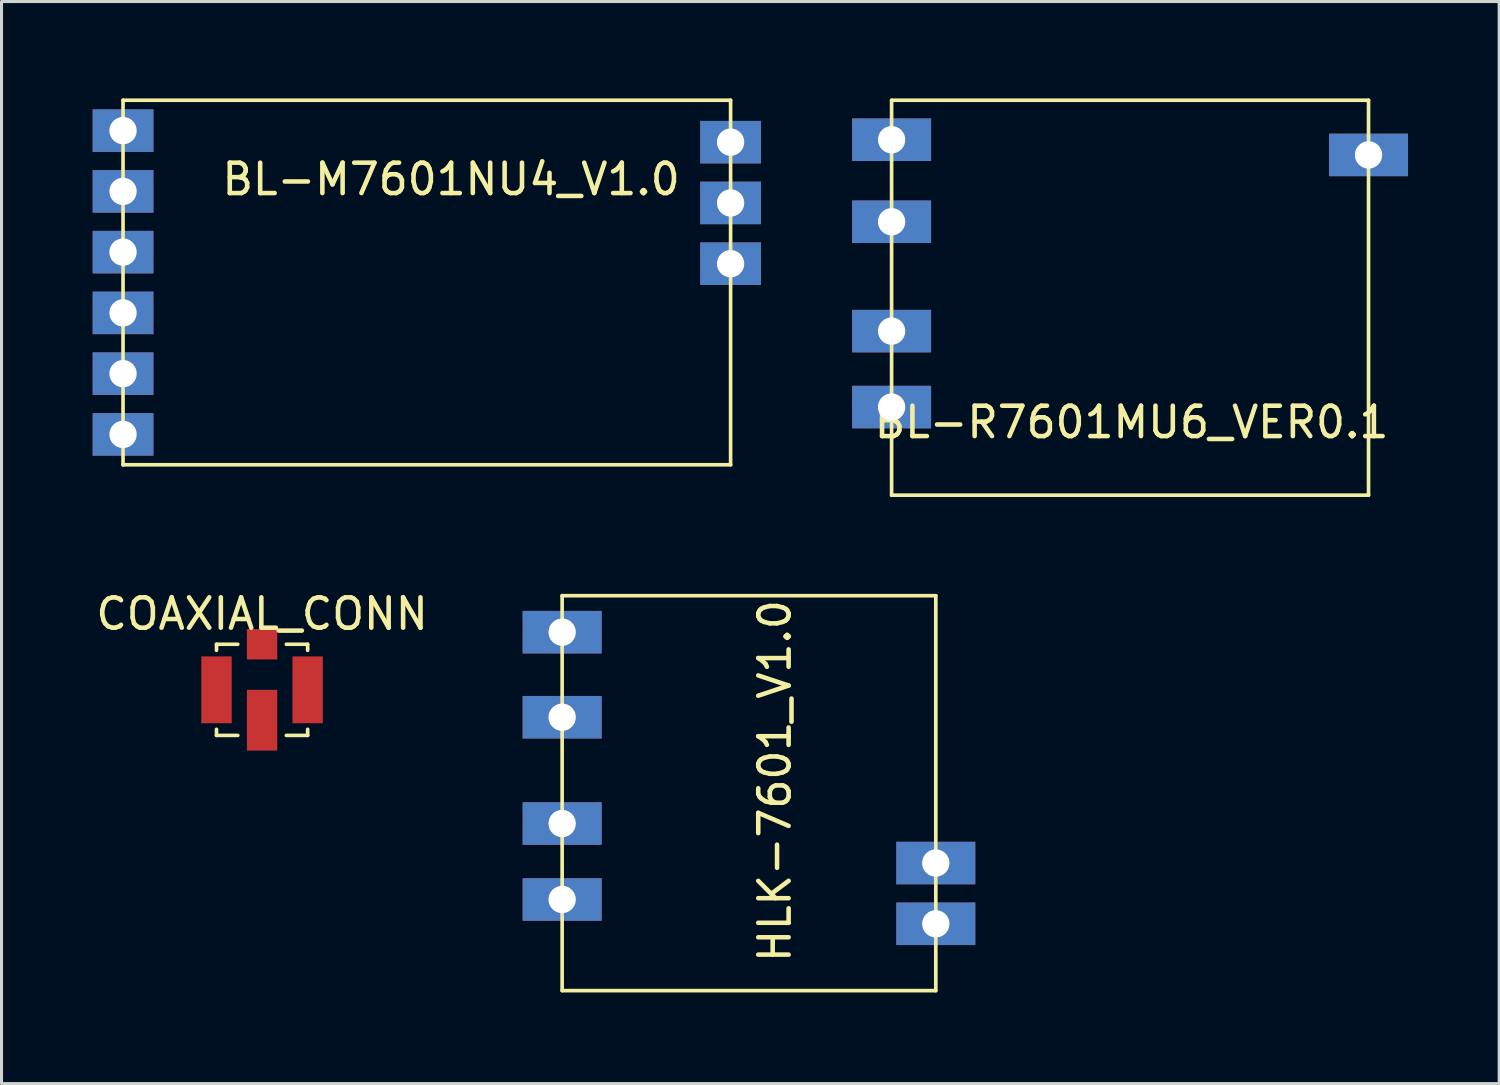
<source format=kicad_pcb>
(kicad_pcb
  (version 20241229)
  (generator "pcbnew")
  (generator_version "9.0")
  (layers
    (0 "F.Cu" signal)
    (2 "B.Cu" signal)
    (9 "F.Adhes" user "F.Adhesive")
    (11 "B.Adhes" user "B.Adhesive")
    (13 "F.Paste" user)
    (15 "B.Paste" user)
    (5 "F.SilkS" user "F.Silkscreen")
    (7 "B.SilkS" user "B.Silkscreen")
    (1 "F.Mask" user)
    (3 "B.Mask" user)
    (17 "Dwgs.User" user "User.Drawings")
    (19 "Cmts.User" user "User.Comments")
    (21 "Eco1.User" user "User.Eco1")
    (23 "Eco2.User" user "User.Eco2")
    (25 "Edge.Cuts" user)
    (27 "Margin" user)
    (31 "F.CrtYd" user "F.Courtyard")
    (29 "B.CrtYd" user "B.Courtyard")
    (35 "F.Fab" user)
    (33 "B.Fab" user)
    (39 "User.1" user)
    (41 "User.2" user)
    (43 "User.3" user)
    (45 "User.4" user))
  (footprint "BL-R7601MU6_VER0.1"
    (layer "F.Cu")
    (at 26.3 0.25)
    (property "Reference" "BL-R7601MU6_VER0.1" (at 7.9 10.6 0) (layer "F.SilkS") (effects (font (size 1 1) (thickness 0.15))))
    (attr through_hole)
    (fp_line (start 0 0) (end 15.7 0) (stroke (width 0.12) (type solid)) (layer "F.SilkS"))
    (fp_line (start 0 13) (end 0 0) (stroke (width 0.12) (type solid)) (layer "F.SilkS"))
    (fp_line (start 0 13) (end 15.7 13) (stroke (width 0.12) (type solid)) (layer "F.SilkS"))
    (fp_line (start 15.7 0) (end 15.7 13) (stroke (width 0.12) (type solid)) (layer "F.SilkS"))
    (pad "1" thru_hole rect (at 0 10.1) (size 2.6 1.4) (drill 0.9) (layers "*.Cu" "*.Mask"))
    (pad "2" thru_hole rect (at 0 7.6) (size 2.6 1.4) (drill 0.9) (layers "*.Cu" "*.Mask"))
    (pad "3" thru_hole rect (at 0 4) (size 2.6 1.4) (drill 0.9) (layers "*.Cu" "*.Mask"))
    (pad "4" thru_hole rect (at 0 1.3) (size 2.6 1.4) (drill 0.9) (layers "*.Cu" "*.Mask"))
    (pad "5" thru_hole rect (at 15.7 1.8) (size 2.6 1.4) (drill 0.9) (layers "*.Cu" "*.Mask")))
  (footprint "BL-M7601NU4_V1.0"
    (layer "F.Cu")
    (at 1 0.25)
    (property "Reference" "BL-M7601NU4_V1.0" (at 10.8 2.6 180) (layer "F.SilkS") (effects (font (size 1 1) (thickness 0.15))))
    (attr through_hole)
    (fp_line (start 0 0) (end 0 12) (stroke (width 0.12) (type solid)) (layer "F.SilkS"))
    (fp_line (start 0 0) (end 20 0) (stroke (width 0.12) (type solid)) (layer "F.SilkS"))
    (fp_line (start 0 12) (end 20 12) (stroke (width 0.12) (type solid)) (layer "F.SilkS"))
    (fp_line (start 20 0) (end 20 12) (stroke (width 0.12) (type solid)) (layer "F.SilkS"))
    (pad "1" thru_hole rect (at 0 11) (size 2 1.4) (drill 0.9) (layers "*.Cu" "*.Mask"))
    (pad "2" thru_hole rect (at 0 9) (size 2 1.4) (drill 0.9) (layers "*.Cu" "*.Mask"))
    (pad "3" thru_hole rect (at 0 7) (size 2 1.4) (drill 0.9) (layers "*.Cu" "*.Mask"))
    (pad "4" thru_hole rect (at 0 5) (size 2 1.4) (drill 0.9) (layers "*.Cu" "*.Mask"))
    (pad "5" thru_hole rect (at 0 3) (size 2 1.4) (drill 0.9) (layers "*.Cu" "*.Mask"))
    (pad "6" thru_hole rect (at 0 1) (size 2 1.4) (drill 0.9) (layers "*.Cu" "*.Mask"))
    (pad "7" thru_hole rect (at 20 5.38) (size 2 1.4) (drill 0.9) (layers "*.Cu" "*.Mask"))
    (pad "8" thru_hole rect (at 20 3.38) (size 2 1.4) (drill 0.9) (layers "*.Cu" "*.Mask"))
    (pad "9" thru_hole rect (at 20 1.38) (size 2 1.4) (drill 0.9) (layers "*.Cu" "*.Mask")))
  (footprint "HLK-7601_V1.0"
    (layer "F.Cu")
    (at 15.455 16.56)
    (property "Reference" "HLK-7601_V1.0" (at 7 6.1 270) (layer "F.SilkS") (effects (font (size 1 1) (thickness 0.15))))
    (attr through_hole)
    (fp_line (start 0 0) (end 12.3 0) (stroke (width 0.12) (type solid)) (layer "F.SilkS"))
    (fp_line (start 0 13) (end 0 0) (stroke (width 0.12) (type solid)) (layer "F.SilkS"))
    (fp_line (start 12.3 0) (end 12.3 13) (stroke (width 0.12) (type solid)) (layer "F.SilkS"))
    (fp_line (start 12.3 13) (end 0 13) (stroke (width 0.12) (type solid)) (layer "F.SilkS"))
    (pad "1" thru_hole rect (at 0 1.2) (size 2.6 1.4) (drill 0.9) (layers "*.Cu" "*.Mask"))
    (pad "2" thru_hole rect (at 0 4) (size 2.6 1.4) (drill 0.9) (layers "*.Cu" "*.Mask"))
    (pad "3" thru_hole rect (at 0 7.5) (size 2.6 1.4) (drill 0.9) (layers "*.Cu" "*.Mask"))
    (pad "4" thru_hole rect (at 0 10) (size 2.6 1.4) (drill 0.9) (layers "*.Cu" "*.Mask"))
    (pad "5" thru_hole rect (at 12.3 10.8) (size 2.6 1.4) (drill 0.9) (layers "*.Cu" "*.Mask"))
    (pad "6" thru_hole rect (at 12.3 8.8) (size 2.6 1.4) (drill 0.9) (layers "*.Cu" "*.Mask")))
  (footprint "COAXIAL_CONN"
    (layer "F.Cu")
    (at 5.577 19.658)
    (property "Reference" "COAXIAL_CONN" (at 0 -2.5 0) (layer "F.SilkS") (effects (font (size 1 1) (thickness 0.15))))
    (attr through_hole)
    (fp_line (start -1.5 -1.5) (end -0.8 -1.5) (stroke (width 0.12) (type solid)) (layer "F.SilkS"))
    (fp_line (start -1.5 -1.3) (end -1.5 -1.5) (stroke (width 0.12) (type solid)) (layer "F.SilkS"))
    (fp_line (start -1.5 1.5) (end -1.5 1.3) (stroke (width 0.12) (type solid)) (layer "F.SilkS"))
    (fp_line (start -0.8 1.5) (end -1.5 1.5) (stroke (width 0.12) (type solid)) (layer "F.SilkS"))
    (fp_line (start 1.5 -1.5) (end 0.8 -1.5) (stroke (width 0.12) (type solid)) (layer "F.SilkS"))
    (fp_line (start 1.5 -1.5) (end 1.5 -1.3) (stroke (width 0.12) (type solid)) (layer "F.SilkS"))
    (fp_line (start 1.5 1.5) (end 0.8 1.5) (stroke (width 0.12) (type solid)) (layer "F.SilkS"))
    (fp_line (start 1.5 1.5) (end 1.5 1.3) (stroke (width 0.12) (type solid)) (layer "F.SilkS"))
    (pad "1" smd rect (at 0 1.5) (size 1 2) (drill (offset 0 -0.5)) (layers "F.Cu" "F.Mask" "F.Paste"))
    (pad "2" smd rect (at 1.5 0) (size 1 2.2) (layers "F.Cu" "F.Mask" "F.Paste"))
    (pad "3" smd rect (at -1.5 0) (size 1 2.2) (layers "F.Cu" "F.Mask" "F.Paste"))
    (pad "4" smd rect (at 0 -1.5) (size 1 1) (layers "F.Cu" "F.Mask" "F.Paste")))
  (gr_rect
    (start -3 -3)
    (end 46.3 32.62)
    (stroke (width 0.1) (type default))
    (fill no)
    (layer "Edge.Cuts")))
</source>
